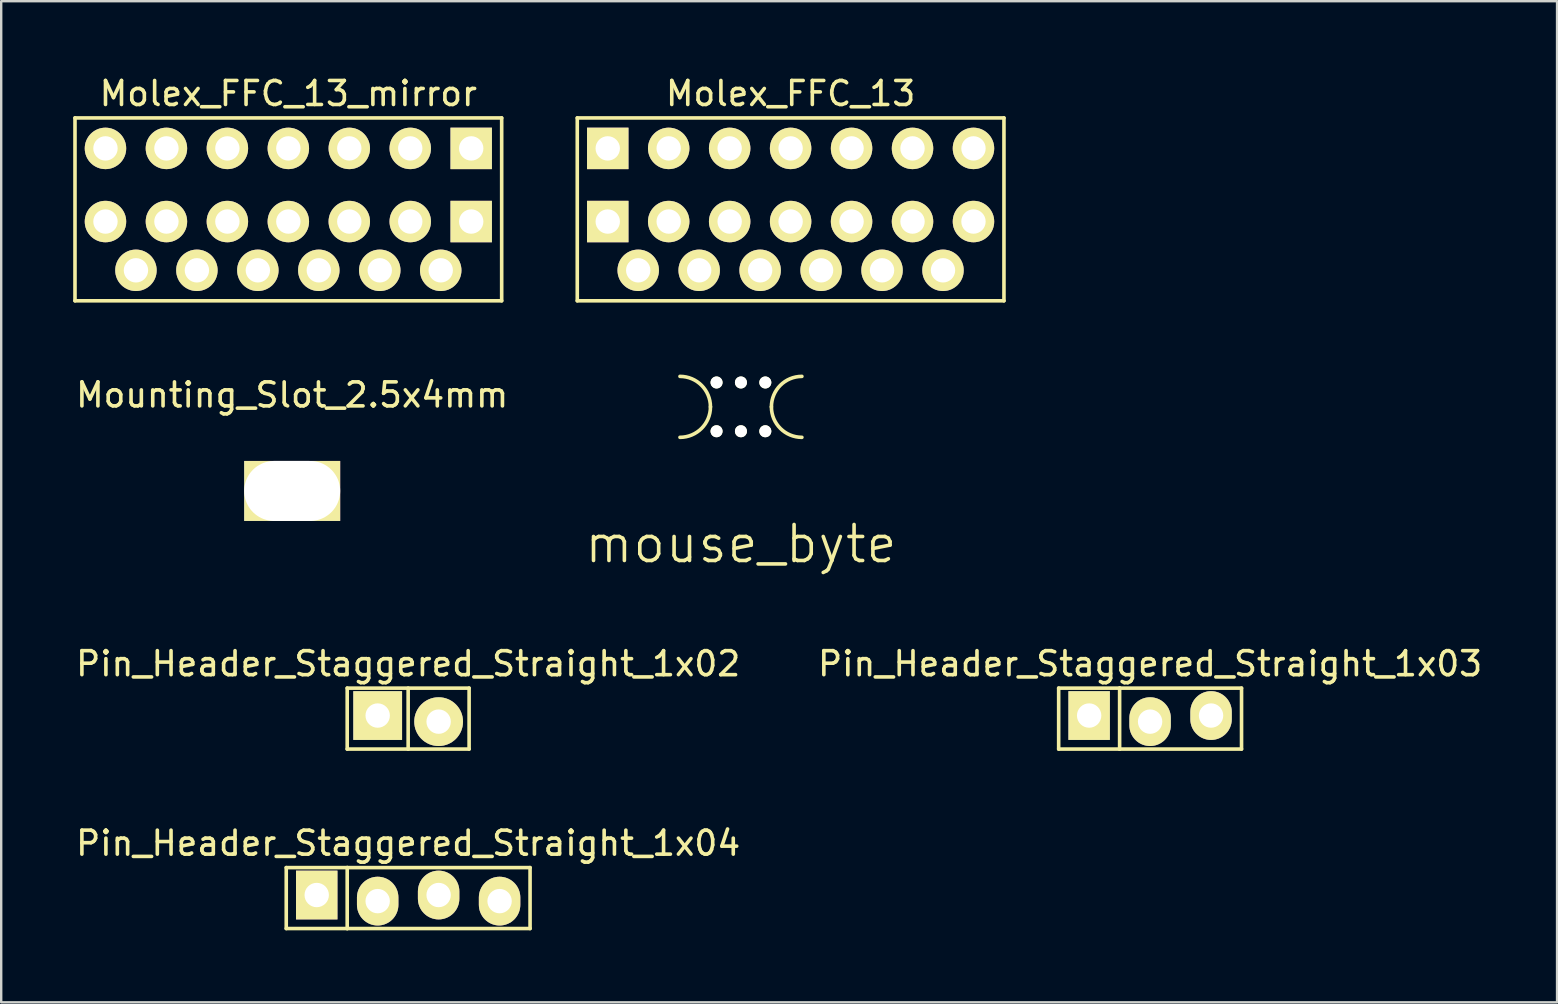
<source format=kicad_pcb>
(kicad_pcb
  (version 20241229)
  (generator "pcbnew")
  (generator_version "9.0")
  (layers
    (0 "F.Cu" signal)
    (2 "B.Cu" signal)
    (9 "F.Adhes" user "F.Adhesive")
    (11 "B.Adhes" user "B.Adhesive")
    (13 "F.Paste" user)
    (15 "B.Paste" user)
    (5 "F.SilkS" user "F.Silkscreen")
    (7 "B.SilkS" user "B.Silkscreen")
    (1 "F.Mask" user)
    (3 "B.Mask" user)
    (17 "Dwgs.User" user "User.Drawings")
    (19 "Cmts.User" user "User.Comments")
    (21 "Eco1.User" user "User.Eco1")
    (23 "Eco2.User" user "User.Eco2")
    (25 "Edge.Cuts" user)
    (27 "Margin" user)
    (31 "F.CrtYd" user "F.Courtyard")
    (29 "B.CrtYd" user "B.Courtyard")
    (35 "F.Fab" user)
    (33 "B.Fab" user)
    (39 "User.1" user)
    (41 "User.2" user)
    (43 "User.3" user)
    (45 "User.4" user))
  (footprint "mouse_byte"
    (layer "F.Cu")
    (at 27.825 13.904)
    (property "Reference" "mouse_byte" (at 0 5.715 0) (layer "F.SilkS") (effects (font (size 1.5 1.5) (thickness 0.15))))
    (attr through_hole)
    (fp_arc (start -2.54 -1.27) (mid -1.641974 -0.898026) (end -1.27 0) (stroke (width 0.15) (type solid)) (layer "F.SilkS"))
    (fp_arc (start -1.27 0) (mid -1.641974 0.898026) (end -2.54 1.27) (stroke (width 0.15) (type solid)) (layer "F.SilkS"))
    (fp_arc (start 1.27 0) (mid 1.641974 -0.898026) (end 2.54 -1.27) (stroke (width 0.15) (type solid)) (layer "F.SilkS"))
    (fp_arc (start 2.54 1.27) (mid 1.641974 0.898026) (end 1.27 0) (stroke (width 0.15) (type solid)) (layer "F.SilkS"))
    (pad "" np_thru_hole circle (at -1.016 -1.016) (size 0.5 0.5) (drill 0.5) (layers "*.Cu" "*.Mask" "F.SilkS"))
    (pad "" np_thru_hole circle (at -1.016 1.016) (size 0.5 0.5) (drill 0.5) (layers "*.Cu" "*.Mask" "F.SilkS"))
    (pad "" np_thru_hole circle (at 0 -1.016) (size 0.5 0.5) (drill 0.5) (layers "*.Cu" "*.Mask" "F.SilkS"))
    (pad "" np_thru_hole circle (at 0 1.016) (size 0.5 0.5) (drill 0.5) (layers "*.Cu" "*.Mask" "F.SilkS"))
    (pad "" np_thru_hole circle (at 1.016 -1.016) (size 0.5 0.5) (drill 0.5) (layers "*.Cu" "*.Mask" "F.SilkS"))
    (pad "" np_thru_hole circle (at 1.016 1.016) (size 0.5 0.5) (drill 0.5) (layers "*.Cu" "*.Mask" "F.SilkS")))
  (footprint "Pin_Header_Staggered_Straight_1x04"
    (layer "F.Cu")
    (at 13.958 34.373)
    (property "Reference" "Pin_Header_Staggered_Straight_1x04" (at 0 -2.286 0) (layer "F.SilkS") (effects (font (size 1 1) (thickness 0.15))))
    (attr through_hole)
    (fp_line (start -5.08 -1.27) (end -5.08 1.27) (stroke (width 0.15) (type solid)) (layer "F.SilkS"))
    (fp_line (start -5.08 -1.27) (end -2.54 -1.27) (stroke (width 0.15) (type solid)) (layer "F.SilkS"))
    (fp_line (start -5.08 1.27) (end -2.54 1.27) (stroke (width 0.15) (type solid)) (layer "F.SilkS"))
    (fp_line (start -2.54 -1.27) (end -2.54 1.27) (stroke (width 0.15) (type solid)) (layer "F.SilkS"))
    (fp_line (start -2.54 -1.27) (end 5.08 -1.27) (stroke (width 0.15) (type solid)) (layer "F.SilkS"))
    (fp_line (start -2.54 1.27) (end 5.08 1.27) (stroke (width 0.15) (type solid)) (layer "F.SilkS"))
    (fp_line (start 5.08 1.27) (end 5.08 -1.27) (stroke (width 0.15) (type solid)) (layer "F.SilkS"))
    (pad "1" thru_hole rect (at -3.81 -0.127) (size 1.727 2.032) (drill 1.016) (layers "*.Cu" "*.Mask" "F.SilkS"))
    (pad "2" thru_hole oval (at -1.27 0.127) (size 1.727 2.032) (drill 1.016) (layers "*.Cu" "*.Mask" "F.SilkS"))
    (pad "3" thru_hole oval (at 1.27 -0.127) (size 1.727 2.032) (drill 1.016) (layers "*.Cu" "*.Mask" "F.SilkS"))
    (pad "4" thru_hole oval (at 3.81 0.127) (size 1.727 2.032) (drill 1.016) (layers "*.Cu" "*.Mask" "F.SilkS")))
  (footprint "Mounting_Slot_2.5x4mm"
    (layer "F.Cu")
    (at 9.125 17.408)
    (property "Reference" "Mounting_Slot_2.5x4mm" (at 0 -4 0) (layer "F.SilkS") (effects (font (size 1 1) (thickness 0.15))))
    (attr through_hole)
    (pad "" np_thru_hole rect (at 0 0) (size 4 2.5) (drill oval 4 2.5) (layers "*.Cu" "*.Mask" "F.SilkS")))
  (footprint "Pin_Header_Staggered_Straight_1x03"
    (layer "F.Cu")
    (at 44.875 26.894)
    (property "Reference" "Pin_Header_Staggered_Straight_1x03" (at 0 -2.286 0) (layer "F.SilkS") (effects (font (size 1 1) (thickness 0.15))))
    (attr through_hole)
    (fp_line (start -3.81 -1.27) (end -3.81 1.27) (stroke (width 0.15) (type solid)) (layer "F.SilkS"))
    (fp_line (start -3.81 -1.27) (end -1.27 -1.27) (stroke (width 0.15) (type solid)) (layer "F.SilkS"))
    (fp_line (start -3.81 1.27) (end -1.27 1.27) (stroke (width 0.15) (type solid)) (layer "F.SilkS"))
    (fp_line (start -1.27 -1.27) (end -1.27 1.27) (stroke (width 0.15) (type solid)) (layer "F.SilkS"))
    (fp_line (start -1.27 1.27) (end 3.81 1.27) (stroke (width 0.15) (type solid)) (layer "F.SilkS"))
    (fp_line (start 3.81 -1.27) (end -1.27 -1.27) (stroke (width 0.15) (type solid)) (layer "F.SilkS"))
    (fp_line (start 3.81 1.27) (end 3.81 -1.27) (stroke (width 0.15) (type solid)) (layer "F.SilkS"))
    (pad "1" thru_hole rect (at -2.54 -0.127) (size 1.727 2.032) (drill 1.016) (layers "*.Cu" "*.Mask" "F.SilkS"))
    (pad "2" thru_hole oval (at 0 0.127) (size 1.727 2.032) (drill 1.016) (layers "*.Cu" "*.Mask" "F.SilkS"))
    (pad "3" thru_hole oval (at 2.54 -0.127) (size 1.727 2.032) (drill 1.016) (layers "*.Cu" "*.Mask" "F.SilkS")))
  (footprint "Pin_Header_Staggered_Straight_1x02"
    (layer "F.Cu")
    (at 13.958 26.894)
    (property "Reference" "Pin_Header_Staggered_Straight_1x02" (at 0 -2.286 0) (layer "F.SilkS") (effects (font (size 1 1) (thickness 0.15))))
    (attr through_hole)
    (fp_line (start -2.54 -1.27) (end -2.54 1.27) (stroke (width 0.15) (type solid)) (layer "F.SilkS"))
    (fp_line (start -2.54 1.27) (end 0 1.27) (stroke (width 0.15) (type solid)) (layer "F.SilkS"))
    (fp_line (start 0 -1.27) (end 0 1.27) (stroke (width 0.15) (type solid)) (layer "F.SilkS"))
    (fp_line (start 0 1.27) (end 2.54 1.27) (stroke (width 0.15) (type solid)) (layer "F.SilkS"))
    (fp_line (start 2.54 -1.27) (end -2.54 -1.27) (stroke (width 0.15) (type solid)) (layer "F.SilkS"))
    (fp_line (start 2.54 1.27) (end 2.54 -1.27) (stroke (width 0.15) (type solid)) (layer "F.SilkS"))
    (pad "1" thru_hole rect (at -1.27 -0.127) (size 2.032 2.032) (drill 1.016) (layers "*.Cu" "*.Mask" "F.SilkS"))
    (pad "2" thru_hole oval (at 1.27 0.127) (size 2.032 2.032) (drill 1.016) (layers "*.Cu" "*.Mask" "F.SilkS")))
  (footprint "Molex_FFC_13"
    (layer "F.Cu")
    (at 29.895 5.674)
    (property "Reference" "Molex_FFC_13" (at 0 -4.826 0) (layer "F.SilkS") (effects (font (size 1 1) (thickness 0.15))))
    (attr through_hole)
    (fp_line (start -8.89 3.81) (end -8.89 -3.81) (stroke (width 0.15) (type solid)) (layer "F.SilkS"))
    (fp_line (start -8.89 3.81) (end 8.89 3.81) (stroke (width 0.15) (type solid)) (layer "F.SilkS"))
    (fp_line (start 8.89 -3.81) (end -8.89 -3.81) (stroke (width 0.15) (type solid)) (layer "F.SilkS"))
    (fp_line (start 8.89 -3.81) (end 8.89 3.81) (stroke (width 0.15) (type solid)) (layer "F.SilkS"))
    (pad "1" thru_hole rect (at -7.62 -2.54) (size 1.727 1.727) (drill 1.016) (layers "*.Cu" "*.Mask" "F.SilkS"))
    (pad "1" thru_hole rect (at -7.62 0.508) (size 1.727 1.727) (drill 1.016) (layers "*.Cu" "*.Mask" "F.SilkS"))
    (pad "2" thru_hole oval (at -6.35 2.54) (size 1.727 1.727) (drill 1.016) (layers "*.Cu" "*.Mask" "F.SilkS"))
    (pad "3" thru_hole oval (at -5.08 -2.54) (size 1.727 1.727) (drill 1.016) (layers "*.Cu" "*.Mask" "F.SilkS"))
    (pad "3" thru_hole oval (at -5.08 0.508) (size 1.727 1.727) (drill 1.016) (layers "*.Cu" "*.Mask" "F.SilkS"))
    (pad "4" thru_hole oval (at -3.81 2.54) (size 1.727 1.727) (drill 1.016) (layers "*.Cu" "*.Mask" "F.SilkS"))
    (pad "5" thru_hole oval (at -2.54 -2.54) (size 1.727 1.727) (drill 1.016) (layers "*.Cu" "*.Mask" "F.SilkS"))
    (pad "5" thru_hole oval (at -2.54 0.508) (size 1.727 1.727) (drill 1.016) (layers "*.Cu" "*.Mask" "F.SilkS"))
    (pad "6" thru_hole oval (at -1.27 2.54) (size 1.727 1.727) (drill 1.016) (layers "*.Cu" "*.Mask" "F.SilkS"))
    (pad "7" thru_hole oval (at 0 -2.54) (size 1.727 1.727) (drill 1.016) (layers "*.Cu" "*.Mask" "F.SilkS"))
    (pad "7" thru_hole oval (at 0 0.508) (size 1.727 1.727) (drill 1.016) (layers "*.Cu" "*.Mask" "F.SilkS"))
    (pad "8" thru_hole oval (at 1.27 2.54) (size 1.727 1.727) (drill 1.016) (layers "*.Cu" "*.Mask" "F.SilkS"))
    (pad "9" thru_hole oval (at 2.54 -2.54) (size 1.727 1.727) (drill 1.016) (layers "*.Cu" "*.Mask" "F.SilkS"))
    (pad "9" thru_hole oval (at 2.54 0.508) (size 1.727 1.727) (drill 1.016) (layers "*.Cu" "*.Mask" "F.SilkS"))
    (pad "10" thru_hole oval (at 3.81 2.54) (size 1.727 1.727) (drill 1.016) (layers "*.Cu" "*.Mask" "F.SilkS"))
    (pad "11" thru_hole oval (at 5.08 -2.54) (size 1.727 1.727) (drill 1.016) (layers "*.Cu" "*.Mask" "F.SilkS"))
    (pad "11" thru_hole oval (at 5.08 0.508) (size 1.727 1.727) (drill 1.016) (layers "*.Cu" "*.Mask" "F.SilkS"))
    (pad "12" thru_hole oval (at 6.35 2.54) (size 1.727 1.727) (drill 1.016) (layers "*.Cu" "*.Mask" "F.SilkS"))
    (pad "13" thru_hole oval (at 7.62 -2.54) (size 1.727 1.727) (drill 1.016) (layers "*.Cu" "*.Mask" "F.SilkS"))
    (pad "13" thru_hole oval (at 7.62 0.508) (size 1.727 1.727) (drill 1.016) (layers "*.Cu" "*.Mask" "F.SilkS")))
  (footprint "Molex_FFC_13_mirror"
    (layer "F.Cu")
    (at 8.965 5.674)
    (property "Reference" "Molex_FFC_13_mirror" (at 0 -4.826 0) (layer "F.SilkS") (effects (font (size 1 1) (thickness 0.15))))
    (attr through_hole)
    (fp_line (start -8.89 3.81) (end -8.89 -3.81) (stroke (width 0.15) (type solid)) (layer "F.SilkS"))
    (fp_line (start -8.89 3.81) (end 8.89 3.81) (stroke (width 0.15) (type solid)) (layer "F.SilkS"))
    (fp_line (start 8.89 -3.81) (end -8.89 -3.81) (stroke (width 0.15) (type solid)) (layer "F.SilkS"))
    (fp_line (start 8.89 -3.81) (end 8.89 3.81) (stroke (width 0.15) (type solid)) (layer "F.SilkS"))
    (pad "1" thru_hole rect (at 7.62 -2.54) (size 1.727 1.727) (drill 1.016) (layers "*.Cu" "*.Mask" "F.SilkS"))
    (pad "1" thru_hole rect (at 7.62 0.508) (size 1.727 1.727) (drill 1.016) (layers "*.Cu" "*.Mask" "F.SilkS"))
    (pad "2" thru_hole oval (at 6.35 2.54) (size 1.727 1.727) (drill 1.016) (layers "*.Cu" "*.Mask" "F.SilkS"))
    (pad "3" thru_hole oval (at 5.08 -2.54) (size 1.727 1.727) (drill 1.016) (layers "*.Cu" "*.Mask" "F.SilkS"))
    (pad "3" thru_hole oval (at 5.08 0.508) (size 1.727 1.727) (drill 1.016) (layers "*.Cu" "*.Mask" "F.SilkS"))
    (pad "4" thru_hole oval (at 3.81 2.54) (size 1.727 1.727) (drill 1.016) (layers "*.Cu" "*.Mask" "F.SilkS"))
    (pad "5" thru_hole oval (at 2.54 -2.54) (size 1.727 1.727) (drill 1.016) (layers "*.Cu" "*.Mask" "F.SilkS"))
    (pad "5" thru_hole oval (at 2.54 0.508) (size 1.727 1.727) (drill 1.016) (layers "*.Cu" "*.Mask" "F.SilkS"))
    (pad "6" thru_hole oval (at 1.27 2.54) (size 1.727 1.727) (drill 1.016) (layers "*.Cu" "*.Mask" "F.SilkS"))
    (pad "7" thru_hole oval (at 0 -2.54) (size 1.727 1.727) (drill 1.016) (layers "*.Cu" "*.Mask" "F.SilkS"))
    (pad "7" thru_hole oval (at 0 0.508) (size 1.727 1.727) (drill 1.016) (layers "*.Cu" "*.Mask" "F.SilkS"))
    (pad "8" thru_hole oval (at -1.27 2.54) (size 1.727 1.727) (drill 1.016) (layers "*.Cu" "*.Mask" "F.SilkS"))
    (pad "9" thru_hole oval (at -2.54 -2.54) (size 1.727 1.727) (drill 1.016) (layers "*.Cu" "*.Mask" "F.SilkS"))
    (pad "9" thru_hole oval (at -2.54 0.508) (size 1.727 1.727) (drill 1.016) (layers "*.Cu" "*.Mask" "F.SilkS"))
    (pad "10" thru_hole oval (at -3.81 2.54) (size 1.727 1.727) (drill 1.016) (layers "*.Cu" "*.Mask" "F.SilkS"))
    (pad "11" thru_hole oval (at -5.08 -2.54) (size 1.727 1.727) (drill 1.016) (layers "*.Cu" "*.Mask" "F.SilkS"))
    (pad "11" thru_hole oval (at -5.08 0.508) (size 1.727 1.727) (drill 1.016) (layers "*.Cu" "*.Mask" "F.SilkS"))
    (pad "12" thru_hole oval (at -6.35 2.54) (size 1.727 1.727) (drill 1.016) (layers "*.Cu" "*.Mask" "F.SilkS"))
    (pad "13" thru_hole oval (at -7.62 -2.54) (size 1.727 1.727) (drill 1.016) (layers "*.Cu" "*.Mask" "F.SilkS"))
    (pad "13" thru_hole oval (at -7.62 0.508) (size 1.727 1.727) (drill 1.016) (layers "*.Cu" "*.Mask" "F.SilkS")))
  (gr_rect
    (start -3 -3)
    (end 61.833 38.718)
    (stroke (width 0.1) (type default))
    (fill no)
    (layer "Edge.Cuts")))
</source>
